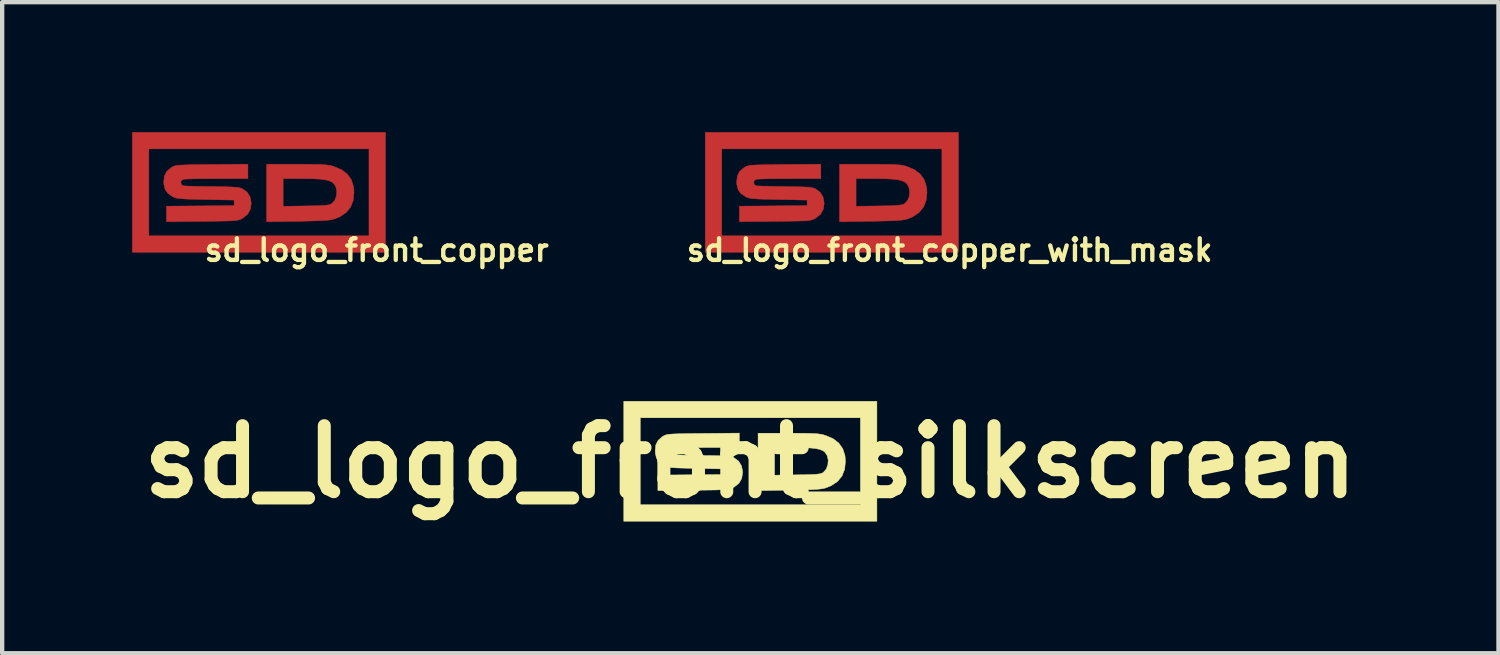
<source format=kicad_pcb>
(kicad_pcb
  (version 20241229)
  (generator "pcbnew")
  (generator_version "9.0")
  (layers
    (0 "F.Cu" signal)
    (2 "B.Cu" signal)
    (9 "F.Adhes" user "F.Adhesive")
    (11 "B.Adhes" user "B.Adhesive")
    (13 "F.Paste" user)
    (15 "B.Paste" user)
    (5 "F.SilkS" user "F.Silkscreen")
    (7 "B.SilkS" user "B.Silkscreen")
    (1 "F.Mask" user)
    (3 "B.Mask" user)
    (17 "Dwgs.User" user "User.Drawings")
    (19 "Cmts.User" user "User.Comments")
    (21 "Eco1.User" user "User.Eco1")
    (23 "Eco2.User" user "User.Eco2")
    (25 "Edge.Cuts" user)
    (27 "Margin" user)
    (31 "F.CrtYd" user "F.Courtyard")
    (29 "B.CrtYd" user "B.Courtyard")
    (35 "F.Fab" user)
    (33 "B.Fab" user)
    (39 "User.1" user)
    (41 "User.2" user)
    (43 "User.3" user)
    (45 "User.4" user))
  (footprint "sd_logo_front_silkscreen"
    (layer "F.Cu")
    (at 14.268 7.609)
    (property "Reference" "sd_logo_front_silkscreen" (at 0 0 0) (layer "F.SilkS") (effects (font (size 1.524 1.524) (thickness 0.3))))
    (attr through_hole)
    (fp_poly (pts (xy 2.921 1.372) (xy -2.921 1.372) (xy -2.921 -1.016) (xy -2.54 -1.016) (xy -2.54 0.991) (xy 2.54 0.991) (xy 2.54 -1.016) (xy -2.54 -1.016) (xy -2.921 -1.016) (xy -2.921 -1.397) (xy 2.921 -1.397) (xy 2.921 1.372)) (stroke (width 0.01) (type solid)) (fill yes) (layer "F.SilkS"))
    (fp_poly (pts (xy 1.085 -0.66) (xy 1.253 -0.659) (xy 1.384 -0.656) (xy 1.486 -0.652) (xy 1.564 -0.645) (xy 1.628 -0.636) (xy 1.683 -0.624) (xy 1.731 -0.61) (xy 1.907 -0.536) (xy 2.041 -0.433) (xy 2.133 -0.303) (xy 2.184 -0.144) (xy 2.195 -0.013) (xy 2.177 0.171) (xy 2.116 0.326) (xy 2.014 0.452) (xy 1.87 0.549) (xy 1.742 0.601) (xy 1.692 0.614) (xy 1.629 0.625) (xy 1.545 0.634) (xy 1.435 0.64) (xy 1.292 0.646) (xy 1.111 0.65) (xy 0.895 0.654) (xy 0.178 0.665) (xy 0.178 0.308) (xy 0.559 0.308) (xy 1.086 0.3) (xy 1.266 0.297) (xy 1.403 0.293) (xy 1.503 0.288) (xy 1.575 0.281) (xy 1.625 0.271) (xy 1.66 0.258) (xy 1.683 0.245) (xy 1.75 0.171) (xy 1.788 0.071) (xy 1.797 -0.039) (xy 1.774 -0.143) (xy 1.72 -0.223) (xy 1.671 -0.259) (xy 1.603 -0.286) (xy 1.51 -0.306) (xy 1.387 -0.319) (xy 1.227 -0.327) (xy 1.023 -0.33) (xy 0.997 -0.33) (xy 0.559 -0.33) (xy 0.559 0.308) (xy 0.178 0.308) (xy 0.178 -0.66) (xy 0.874 -0.66) (xy 1.085 -0.66)) (stroke (width 0.01) (type solid)) (fill yes) (layer "F.SilkS"))
    (fp_poly (pts (xy -0.254 -0.33) (xy -0.972 -0.33) (xy -1.16 -0.329) (xy -1.334 -0.328) (xy -1.487 -0.325) (xy -1.611 -0.322) (xy -1.699 -0.319) (xy -1.744 -0.315) (xy -1.746 -0.314) (xy -1.794 -0.281) (xy -1.803 -0.239) (xy -1.785 -0.185) (xy -1.746 -0.166) (xy -1.705 -0.162) (xy -1.622 -0.158) (xy -1.503 -0.154) (xy -1.356 -0.15) (xy -1.191 -0.148) (xy -1.079 -0.146) (xy -0.883 -0.144) (xy -0.731 -0.141) (xy -0.615 -0.136) (xy -0.53 -0.13) (xy -0.468 -0.122) (xy -0.421 -0.111) (xy -0.384 -0.097) (xy -0.375 -0.093) (xy -0.269 -0.014) (xy -0.203 0.096) (xy -0.178 0.232) (xy -0.178 0.244) (xy -0.199 0.383) (xy -0.262 0.494) (xy -0.37 0.58) (xy -0.386 0.59) (xy -0.418 0.606) (xy -0.45 0.618) (xy -0.489 0.629) (xy -0.54 0.636) (xy -0.609 0.642) (xy -0.702 0.646) (xy -0.825 0.65) (xy -0.984 0.652) (xy -1.184 0.655) (xy -1.314 0.656) (xy -2.134 0.664) (xy -2.134 0.306) (xy -0.572 0.292) (xy -0.572 0.165) (xy -1.232 0.152) (xy -1.434 0.148) (xy -1.592 0.144) (xy -1.712 0.14) (xy -1.802 0.134) (xy -1.868 0.126) (xy -1.917 0.116) (xy -1.955 0.104) (xy -1.99 0.087) (xy -1.996 0.084) (xy -2.101 0.011) (xy -2.165 -0.079) (xy -2.193 -0.197) (xy -2.196 -0.258) (xy -2.182 -0.39) (xy -2.131 -0.492) (xy -2.039 -0.575) (xy -2.004 -0.597) (xy -1.978 -0.611) (xy -1.947 -0.622) (xy -1.907 -0.631) (xy -1.851 -0.638) (xy -1.774 -0.643) (xy -1.67 -0.647) (xy -1.533 -0.65) (xy -1.359 -0.653) (xy -1.14 -0.655) (xy -1.086 -0.655) (xy -0.254 -0.663) (xy -0.254 -0.33)) (stroke (width 0.01) (type solid)) (fill yes) (layer "F.SilkS")))
  (footprint "sd_logo_front_copper"
    (layer "F.Cu")
    (at 3.307 1.504)
    (property "Reference" "sd_logo_front_copper" (at 2.337 1.219 0) (layer "F.SilkS") (effects (font (size 0.5 0.5) (thickness 0.1))))
    (attr through_hole)
    (fp_poly (pts (xy 2.54 1.27) (xy -3.302 1.27) (xy -3.302 -1.118) (xy -2.921 -1.118) (xy -2.921 0.889) (xy 2.159 0.889) (xy 2.159 -1.118) (xy -2.921 -1.118) (xy -3.302 -1.118) (xy -3.302 -1.499) (xy 2.54 -1.499) (xy 2.54 1.27)) (stroke (width 0.01) (type solid)) (fill yes) (layer "F.Cu"))
    (fp_poly (pts (xy 0.704 -0.762) (xy 0.872 -0.76) (xy 1.003 -0.758) (xy 1.105 -0.753) (xy 1.183 -0.747) (xy 1.247 -0.738) (xy 1.302 -0.726) (xy 1.35 -0.712) (xy 1.526 -0.637) (xy 1.66 -0.535) (xy 1.752 -0.405) (xy 1.803 -0.245) (xy 1.814 -0.114) (xy 1.796 0.07) (xy 1.735 0.224) (xy 1.633 0.35) (xy 1.489 0.448) (xy 1.361 0.5) (xy 1.311 0.513) (xy 1.248 0.524) (xy 1.164 0.532) (xy 1.054 0.539) (xy 0.911 0.544) (xy 0.73 0.549) (xy 0.514 0.553) (xy -0.203 0.563) (xy -0.203 0.207) (xy 0.178 0.207) (xy 0.705 0.199) (xy 0.885 0.195) (xy 1.022 0.192) (xy 1.122 0.186) (xy 1.194 0.179) (xy 1.244 0.17) (xy 1.279 0.157) (xy 1.302 0.143) (xy 1.369 0.07) (xy 1.407 -0.031) (xy 1.416 -0.141) (xy 1.393 -0.245) (xy 1.339 -0.325) (xy 1.29 -0.36) (xy 1.222 -0.388) (xy 1.129 -0.408) (xy 1.006 -0.421) (xy 0.846 -0.428) (xy 0.642 -0.431) (xy 0.616 -0.431) (xy 0.178 -0.432) (xy 0.178 0.207) (xy -0.203 0.207) (xy -0.203 -0.762) (xy 0.493 -0.762) (xy 0.704 -0.762)) (stroke (width 0.01) (type solid)) (fill yes) (layer "F.Cu"))
    (fp_poly (pts (xy -0.635 -0.432) (xy -1.353 -0.431) (xy -1.541 -0.431) (xy -1.715 -0.429) (xy -1.868 -0.427) (xy -1.992 -0.424) (xy -2.08 -0.42) (xy -2.125 -0.416) (xy -2.127 -0.416) (xy -2.175 -0.383) (xy -2.184 -0.34) (xy -2.166 -0.287) (xy -2.127 -0.267) (xy -2.086 -0.263) (xy -2.003 -0.259) (xy -1.884 -0.255) (xy -1.737 -0.252) (xy -1.572 -0.249) (xy -1.46 -0.248) (xy -1.264 -0.245) (xy -1.112 -0.242) (xy -0.996 -0.238) (xy -0.911 -0.232) (xy -0.849 -0.224) (xy -0.802 -0.213) (xy -0.765 -0.199) (xy -0.756 -0.194) (xy -0.65 -0.115) (xy -0.584 -0.006) (xy -0.559 0.131) (xy -0.559 0.143) (xy -0.58 0.281) (xy -0.643 0.392) (xy -0.751 0.479) (xy -0.767 0.488) (xy -0.799 0.504) (xy -0.831 0.517) (xy -0.87 0.527) (xy -0.921 0.535) (xy -0.99 0.541) (xy -1.083 0.545) (xy -1.206 0.548) (xy -1.365 0.551) (xy -1.565 0.553) (xy -1.695 0.554) (xy -2.515 0.563) (xy -2.515 0.204) (xy -0.953 0.191) (xy -0.953 0.064) (xy -1.613 0.051) (xy -1.815 0.047) (xy -1.973 0.043) (xy -2.093 0.038) (xy -2.183 0.032) (xy -2.249 0.025) (xy -2.298 0.015) (xy -2.336 0.002) (xy -2.371 -0.014) (xy -2.377 -0.018) (xy -2.482 -0.091) (xy -2.546 -0.181) (xy -2.574 -0.299) (xy -2.577 -0.36) (xy -2.563 -0.492) (xy -2.512 -0.593) (xy -2.42 -0.676) (xy -2.385 -0.699) (xy -2.359 -0.712) (xy -2.328 -0.724) (xy -2.288 -0.733) (xy -2.232 -0.74) (xy -2.155 -0.745) (xy -2.051 -0.749) (xy -1.914 -0.752) (xy -1.74 -0.754) (xy -1.521 -0.756) (xy -1.467 -0.757) (xy -0.635 -0.765) (xy -0.635 -0.432)) (stroke (width 0.01) (type solid)) (fill yes) (layer "F.Cu")))
  (footprint "sd_logo_front_copper_with_mask"
    (layer "F.Cu")
    (at 16.124 1.504)
    (property "Reference" "sd_logo_front_copper_with_mask" (at 2.743 1.219 0) (layer "F.SilkS") (effects (font (size 0.5 0.5) (thickness 0.1))))
    (attr through_hole)
    (fp_poly (pts (xy 2.946 1.27) (xy -2.896 1.27) (xy -2.896 -1.118) (xy -2.515 -1.118) (xy -2.515 0.889) (xy 2.565 0.889) (xy 2.565 -1.118) (xy -2.515 -1.118) (xy -2.896 -1.118) (xy -2.896 -1.499) (xy 2.946 -1.499) (xy 2.946 1.27)) (stroke (width 0.01) (type solid)) (fill yes) (layer "F.Cu"))
    (fp_poly (pts (xy 1.111 -0.762) (xy 1.278 -0.76) (xy 1.409 -0.758) (xy 1.511 -0.753) (xy 1.59 -0.747) (xy 1.653 -0.738) (xy 1.708 -0.726) (xy 1.756 -0.712) (xy 1.933 -0.637) (xy 2.067 -0.535) (xy 2.159 -0.405) (xy 2.209 -0.245) (xy 2.221 -0.114) (xy 2.202 0.07) (xy 2.142 0.224) (xy 2.04 0.35) (xy 1.896 0.448) (xy 1.767 0.5) (xy 1.718 0.513) (xy 1.654 0.524) (xy 1.57 0.532) (xy 1.46 0.539) (xy 1.318 0.544) (xy 1.136 0.549) (xy 0.921 0.553) (xy 0.203 0.563) (xy 0.203 0.207) (xy 0.584 0.207) (xy 1.111 0.199) (xy 1.292 0.195) (xy 1.428 0.192) (xy 1.529 0.186) (xy 1.6 0.179) (xy 1.65 0.17) (xy 1.685 0.157) (xy 1.708 0.143) (xy 1.775 0.07) (xy 1.814 -0.031) (xy 1.822 -0.141) (xy 1.799 -0.245) (xy 1.746 -0.325) (xy 1.696 -0.36) (xy 1.628 -0.388) (xy 1.536 -0.408) (xy 1.413 -0.421) (xy 1.252 -0.428) (xy 1.048 -0.431) (xy 1.022 -0.431) (xy 0.584 -0.432) (xy 0.584 0.207) (xy 0.203 0.207) (xy 0.203 -0.762) (xy 0.899 -0.762) (xy 1.111 -0.762)) (stroke (width 0.01) (type solid)) (fill yes) (layer "F.Cu"))
    (fp_poly (pts (xy -0.229 -0.432) (xy -0.946 -0.431) (xy -1.135 -0.431) (xy -1.309 -0.429) (xy -1.461 -0.427) (xy -1.585 -0.424) (xy -1.673 -0.42) (xy -1.719 -0.416) (xy -1.721 -0.416) (xy -1.768 -0.383) (xy -1.778 -0.34) (xy -1.76 -0.287) (xy -1.721 -0.267) (xy -1.68 -0.263) (xy -1.596 -0.259) (xy -1.477 -0.255) (xy -1.331 -0.252) (xy -1.165 -0.249) (xy -1.054 -0.248) (xy -0.858 -0.245) (xy -0.705 -0.242) (xy -0.59 -0.238) (xy -0.505 -0.232) (xy -0.442 -0.224) (xy -0.396 -0.213) (xy -0.359 -0.199) (xy -0.35 -0.194) (xy -0.244 -0.115) (xy -0.177 -0.006) (xy -0.153 0.131) (xy -0.152 0.143) (xy -0.173 0.281) (xy -0.237 0.392) (xy -0.345 0.479) (xy -0.361 0.488) (xy -0.393 0.504) (xy -0.425 0.517) (xy -0.463 0.527) (xy -0.514 0.535) (xy -0.583 0.541) (xy -0.676 0.545) (xy -0.799 0.548) (xy -0.958 0.551) (xy -1.159 0.553) (xy -1.289 0.554) (xy -2.108 0.563) (xy -2.108 0.204) (xy -0.546 0.191) (xy -0.546 0.064) (xy -1.206 0.051) (xy -1.408 0.047) (xy -1.566 0.043) (xy -1.687 0.038) (xy -1.777 0.032) (xy -1.843 0.025) (xy -1.891 0.015) (xy -1.93 0.002) (xy -1.964 -0.014) (xy -1.971 -0.018) (xy -2.076 -0.091) (xy -2.139 -0.181) (xy -2.168 -0.299) (xy -2.171 -0.36) (xy -2.156 -0.492) (xy -2.106 -0.593) (xy -2.014 -0.676) (xy -1.979 -0.699) (xy -1.952 -0.712) (xy -1.922 -0.724) (xy -1.881 -0.733) (xy -1.825 -0.74) (xy -1.748 -0.745) (xy -1.644 -0.749) (xy -1.508 -0.752) (xy -1.333 -0.754) (xy -1.115 -0.756) (xy -1.06 -0.757) (xy -0.229 -0.765) (xy -0.229 -0.432)) (stroke (width 0.01) (type solid)) (fill yes) (layer "F.Cu"))
    (fp_poly (pts (xy 2.946 1.27) (xy -2.896 1.27) (xy -2.896 -1.118) (xy -2.515 -1.118) (xy -2.515 0.889) (xy 2.565 0.889) (xy 2.565 -1.118) (xy -2.515 -1.118) (xy -2.896 -1.118) (xy -2.896 -1.499) (xy 2.946 -1.499) (xy 2.946 1.27)) (stroke (width 0.01) (type solid)) (fill yes) (layer "F.Mask"))
    (fp_poly (pts (xy 1.111 -0.762) (xy 1.278 -0.76) (xy 1.409 -0.758) (xy 1.511 -0.753) (xy 1.59 -0.747) (xy 1.653 -0.738) (xy 1.708 -0.726) (xy 1.756 -0.712) (xy 1.933 -0.637) (xy 2.067 -0.535) (xy 2.159 -0.405) (xy 2.209 -0.245) (xy 2.221 -0.114) (xy 2.202 0.07) (xy 2.142 0.224) (xy 2.04 0.35) (xy 1.896 0.448) (xy 1.767 0.5) (xy 1.718 0.513) (xy 1.654 0.524) (xy 1.57 0.532) (xy 1.46 0.539) (xy 1.318 0.544) (xy 1.136 0.549) (xy 0.921 0.553) (xy 0.203 0.563) (xy 0.203 0.207) (xy 0.584 0.207) (xy 1.111 0.199) (xy 1.292 0.195) (xy 1.428 0.192) (xy 1.529 0.186) (xy 1.6 0.179) (xy 1.65 0.17) (xy 1.685 0.157) (xy 1.708 0.143) (xy 1.775 0.07) (xy 1.814 -0.031) (xy 1.822 -0.141) (xy 1.799 -0.245) (xy 1.746 -0.325) (xy 1.696 -0.36) (xy 1.628 -0.388) (xy 1.536 -0.408) (xy 1.413 -0.421) (xy 1.252 -0.428) (xy 1.048 -0.431) (xy 1.022 -0.431) (xy 0.584 -0.432) (xy 0.584 0.207) (xy 0.203 0.207) (xy 0.203 -0.762) (xy 0.899 -0.762) (xy 1.111 -0.762)) (stroke (width 0.01) (type solid)) (fill yes) (layer "F.Mask"))
    (fp_poly (pts (xy -0.229 -0.432) (xy -0.946 -0.431) (xy -1.135 -0.431) (xy -1.309 -0.429) (xy -1.461 -0.427) (xy -1.585 -0.424) (xy -1.673 -0.42) (xy -1.719 -0.416) (xy -1.721 -0.416) (xy -1.768 -0.383) (xy -1.778 -0.34) (xy -1.76 -0.287) (xy -1.721 -0.267) (xy -1.68 -0.263) (xy -1.596 -0.259) (xy -1.477 -0.255) (xy -1.331 -0.252) (xy -1.165 -0.249) (xy -1.054 -0.248) (xy -0.858 -0.245) (xy -0.705 -0.242) (xy -0.59 -0.238) (xy -0.505 -0.232) (xy -0.442 -0.224) (xy -0.396 -0.213) (xy -0.359 -0.199) (xy -0.35 -0.194) (xy -0.244 -0.115) (xy -0.177 -0.006) (xy -0.153 0.131) (xy -0.152 0.143) (xy -0.173 0.281) (xy -0.237 0.392) (xy -0.345 0.479) (xy -0.361 0.488) (xy -0.393 0.504) (xy -0.425 0.517) (xy -0.463 0.527) (xy -0.514 0.535) (xy -0.583 0.541) (xy -0.676 0.545) (xy -0.799 0.548) (xy -0.958 0.551) (xy -1.159 0.553) (xy -1.289 0.554) (xy -2.108 0.563) (xy -2.108 0.204) (xy -0.546 0.191) (xy -0.546 0.064) (xy -1.206 0.051) (xy -1.408 0.047) (xy -1.566 0.043) (xy -1.687 0.038) (xy -1.777 0.032) (xy -1.843 0.025) (xy -1.891 0.015) (xy -1.93 0.002) (xy -1.964 -0.014) (xy -1.971 -0.018) (xy -2.076 -0.091) (xy -2.139 -0.181) (xy -2.168 -0.299) (xy -2.171 -0.36) (xy -2.156 -0.492) (xy -2.106 -0.593) (xy -2.014 -0.676) (xy -1.979 -0.699) (xy -1.952 -0.712) (xy -1.922 -0.724) (xy -1.881 -0.733) (xy -1.825 -0.74) (xy -1.748 -0.745) (xy -1.644 -0.749) (xy -1.508 -0.752) (xy -1.333 -0.754) (xy -1.115 -0.756) (xy -1.06 -0.757) (xy -0.229 -0.765) (xy -0.229 -0.432)) (stroke (width 0.01) (type solid)) (fill yes) (layer "F.Mask")))
  (gr_rect
    (start -3 -3)
    (end 31.535 12.027)
    (stroke (width 0.1) (type default))
    (fill no)
    (layer "Edge.Cuts")))
</source>
